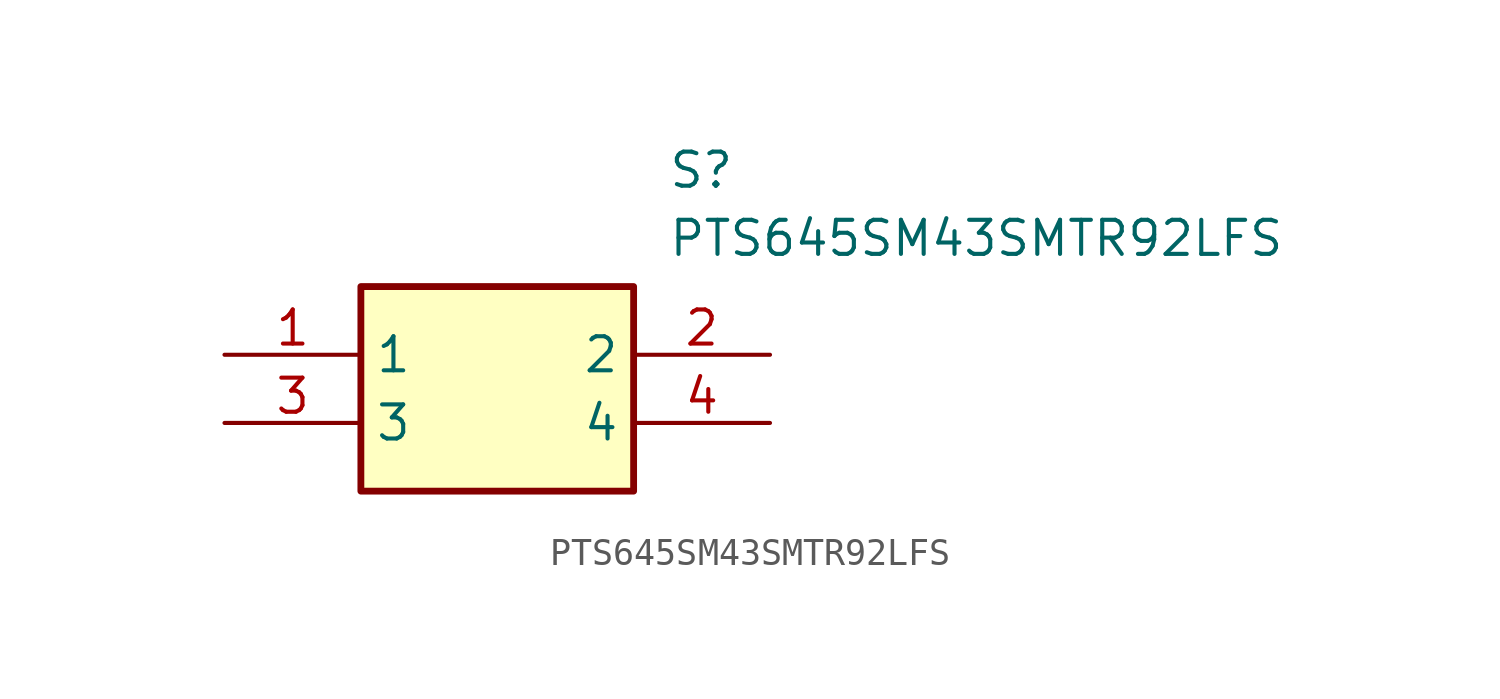
<source format=kicad_sym>
(kicad_symbol_lib
  (version 20211014)
  (generator SamacSys_ECAD_Model)
  (symbol "PTS645SM43SMTR92LFS"
    (property "Reference" "S"
      (at 16.51 7.62 0)
      (effects (font (size 1.27 1.27)) (justify left top)))
    (property "Value" "PTS645SM43SMTR92LFS"
      (at 16.51 5.08 0)
      (effects (font (size 1.27 1.27)) (justify left top)))
    (rectangle
      (start 5.08 2.54)
      (end 15.24 -5.08)
      (stroke (width 0.254) (type default))
      (fill (type background)))
    (pin passive line
      (at 0 0 0)
      (length 5.08)
      (name "1" (effects (font (size 1.27 1.27))))
      (number "1" (effects (font (size 1.27 1.27)))))
    (pin passive line
      (at 20.32 0 180)
      (length 5.08)
      (name "2" (effects (font (size 1.27 1.27))))
      (number "2" (effects (font (size 1.27 1.27)))))
    (pin passive line
      (at 0 -2.54 0)
      (length 5.08)
      (name "3" (effects (font (size 1.27 1.27))))
      (number "3" (effects (font (size 1.27 1.27)))))
    (pin passive line
      (at 20.32 -2.54 180)
      (length 5.08)
      (name "4" (effects (font (size 1.27 1.27))))
      (number "4" (effects (font (size 1.27 1.27)))))))
</source>
